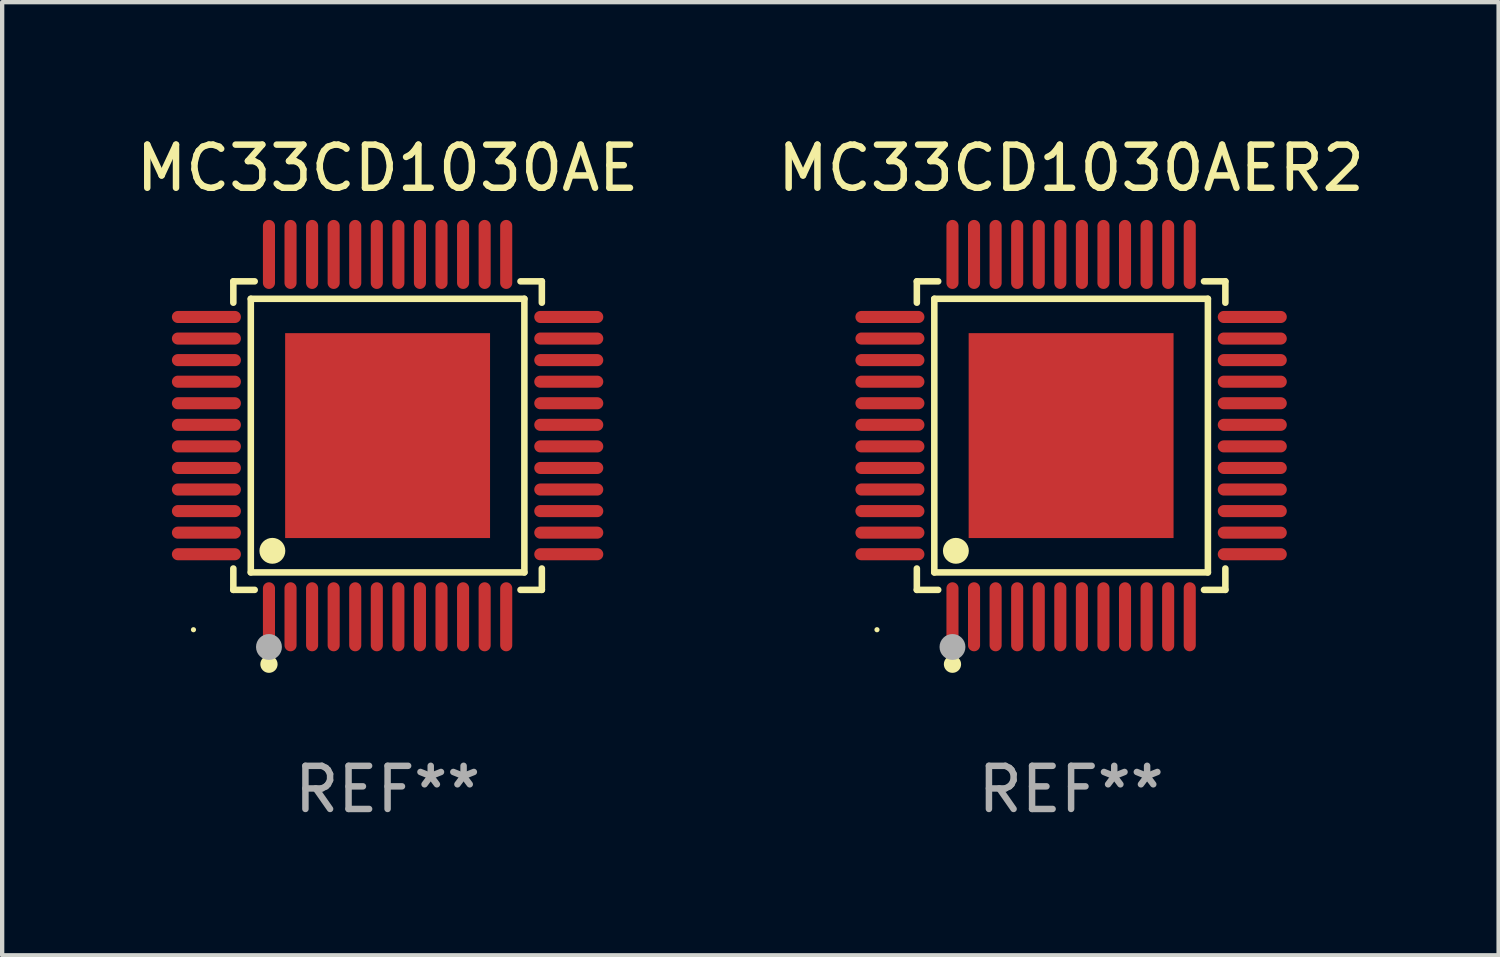
<source format=kicad_pcb>
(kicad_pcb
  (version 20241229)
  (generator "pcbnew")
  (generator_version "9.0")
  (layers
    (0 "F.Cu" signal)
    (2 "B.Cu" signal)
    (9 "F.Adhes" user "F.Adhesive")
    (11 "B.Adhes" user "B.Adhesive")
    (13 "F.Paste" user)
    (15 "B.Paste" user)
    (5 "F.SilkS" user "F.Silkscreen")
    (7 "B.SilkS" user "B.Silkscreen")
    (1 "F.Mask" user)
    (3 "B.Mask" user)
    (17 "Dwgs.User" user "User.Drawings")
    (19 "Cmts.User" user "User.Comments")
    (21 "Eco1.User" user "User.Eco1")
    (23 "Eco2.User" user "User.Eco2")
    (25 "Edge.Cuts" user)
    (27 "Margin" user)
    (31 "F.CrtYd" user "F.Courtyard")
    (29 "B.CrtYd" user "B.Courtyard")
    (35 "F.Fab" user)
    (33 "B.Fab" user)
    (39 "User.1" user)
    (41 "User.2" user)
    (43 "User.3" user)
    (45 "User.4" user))
  (footprint "MC33CD1030AER2"
    (layer "F.Cu")
    (at 21.78 7.048)
    (property "Reference" "MC33CD1030AER2" (at 0 -6.2 0) (layer "F.SilkS") (effects (font (size 1 1) (thickness 0.15))))
    (attr through_hole)
    (fp_line (start -3.576 -3.576) (end -3.081 -3.576) (stroke (width 0.152) (type solid)) (layer "F.SilkS"))
    (fp_line (start -3.576 -3.081) (end -3.576 -3.576) (stroke (width 0.152) (type solid)) (layer "F.SilkS"))
    (fp_line (start -3.576 3.081) (end -3.576 3.576) (stroke (width 0.152) (type solid)) (layer "F.SilkS"))
    (fp_line (start -3.576 3.576) (end -3.081 3.576) (stroke (width 0.152) (type solid)) (layer "F.SilkS"))
    (fp_line (start -3.171 -3.171) (end 3.171 -3.171) (stroke (width 0.152) (type solid)) (layer "F.SilkS"))
    (fp_line (start -3.171 3.171) (end -3.171 -3.171) (stroke (width 0.152) (type solid)) (layer "F.SilkS"))
    (fp_line (start 3.171 -3.171) (end 3.171 3.171) (stroke (width 0.152) (type solid)) (layer "F.SilkS"))
    (fp_line (start 3.171 3.171) (end -3.171 3.171) (stroke (width 0.152) (type solid)) (layer "F.SilkS"))
    (fp_line (start 3.576 -3.576) (end 3.081 -3.576) (stroke (width 0.152) (type solid)) (layer "F.SilkS"))
    (fp_line (start 3.576 -3.081) (end 3.576 -3.576) (stroke (width 0.152) (type solid)) (layer "F.SilkS"))
    (fp_line (start 3.576 3.081) (end 3.576 3.576) (stroke (width 0.152) (type solid)) (layer "F.SilkS"))
    (fp_line (start 3.576 3.576) (end 3.081 3.576) (stroke (width 0.152) (type solid)) (layer "F.SilkS"))
    (fp_circle (center -4.5 4.5) (end -4.47 4.5) (stroke (width 0.06) (type solid)) (fill no) (layer "F.SilkS"))
    (fp_circle (center -2.75 5.3) (end -2.65 5.3) (stroke (width 0.2) (type solid)) (fill no) (layer "F.SilkS"))
    (fp_circle (center -2.671 2.671) (end -2.521 2.671) (stroke (width 0.3) (type solid)) (fill no) (layer "F.SilkS"))
    (fp_circle (center -2.75 4.9) (end -2.6 4.9) (stroke (width 0.3) (type solid)) (fill no) (layer "F.Fab"))
    (fp_text user "REF**" (at 0 8.2 0) (layer "F.Fab") (effects (font (size 1 1) (thickness 0.15))))
    (pad "1" smd oval (at -2.75 4.2) (size 0.28 1.6) (layers "F.Cu" "F.Mask" "F.Paste"))
    (pad "2" smd oval (at -2.25 4.2) (size 0.28 1.6) (layers "F.Cu" "F.Mask" "F.Paste"))
    (pad "3" smd oval (at -1.75 4.2) (size 0.28 1.6) (layers "F.Cu" "F.Mask" "F.Paste"))
    (pad "4" smd oval (at -1.25 4.2) (size 0.28 1.6) (layers "F.Cu" "F.Mask" "F.Paste"))
    (pad "5" smd oval (at -0.75 4.2) (size 0.28 1.6) (layers "F.Cu" "F.Mask" "F.Paste"))
    (pad "6" smd oval (at -0.25 4.2) (size 0.28 1.6) (layers "F.Cu" "F.Mask" "F.Paste"))
    (pad "7" smd oval (at 0.25 4.2) (size 0.28 1.6) (layers "F.Cu" "F.Mask" "F.Paste"))
    (pad "8" smd oval (at 0.75 4.2) (size 0.28 1.6) (layers "F.Cu" "F.Mask" "F.Paste"))
    (pad "9" smd oval (at 1.25 4.2) (size 0.28 1.6) (layers "F.Cu" "F.Mask" "F.Paste"))
    (pad "10" smd oval (at 1.75 4.2) (size 0.28 1.6) (layers "F.Cu" "F.Mask" "F.Paste"))
    (pad "11" smd oval (at 2.25 4.2) (size 0.28 1.6) (layers "F.Cu" "F.Mask" "F.Paste"))
    (pad "12" smd oval (at 2.75 4.2) (size 0.28 1.6) (layers "F.Cu" "F.Mask" "F.Paste"))
    (pad "13" smd oval (at 4.2 2.75) (size 1.6 0.28) (layers "F.Cu" "F.Mask" "F.Paste"))
    (pad "14" smd oval (at 4.2 2.25) (size 1.6 0.28) (layers "F.Cu" "F.Mask" "F.Paste"))
    (pad "15" smd oval (at 4.2 1.75) (size 1.6 0.28) (layers "F.Cu" "F.Mask" "F.Paste"))
    (pad "16" smd oval (at 4.2 1.25) (size 1.6 0.28) (layers "F.Cu" "F.Mask" "F.Paste"))
    (pad "17" smd oval (at 4.2 0.75) (size 1.6 0.28) (layers "F.Cu" "F.Mask" "F.Paste"))
    (pad "18" smd oval (at 4.2 0.25) (size 1.6 0.28) (layers "F.Cu" "F.Mask" "F.Paste"))
    (pad "19" smd oval (at 4.2 -0.25) (size 1.6 0.28) (layers "F.Cu" "F.Mask" "F.Paste"))
    (pad "20" smd oval (at 4.2 -0.75) (size 1.6 0.28) (layers "F.Cu" "F.Mask" "F.Paste"))
    (pad "21" smd oval (at 4.2 -1.25) (size 1.6 0.28) (layers "F.Cu" "F.Mask" "F.Paste"))
    (pad "22" smd oval (at 4.2 -1.75) (size 1.6 0.28) (layers "F.Cu" "F.Mask" "F.Paste"))
    (pad "23" smd oval (at 4.2 -2.25) (size 1.6 0.28) (layers "F.Cu" "F.Mask" "F.Paste"))
    (pad "24" smd oval (at 4.2 -2.75) (size 1.6 0.28) (layers "F.Cu" "F.Mask" "F.Paste"))
    (pad "25" smd oval (at 2.75 -4.2) (size 0.28 1.6) (layers "F.Cu" "F.Mask" "F.Paste"))
    (pad "26" smd oval (at 2.25 -4.2) (size 0.28 1.6) (layers "F.Cu" "F.Mask" "F.Paste"))
    (pad "27" smd oval (at 1.75 -4.2) (size 0.28 1.6) (layers "F.Cu" "F.Mask" "F.Paste"))
    (pad "28" smd oval (at 1.25 -4.2) (size 0.28 1.6) (layers "F.Cu" "F.Mask" "F.Paste"))
    (pad "29" smd oval (at 0.75 -4.2) (size 0.28 1.6) (layers "F.Cu" "F.Mask" "F.Paste"))
    (pad "30" smd oval (at 0.25 -4.2) (size 0.28 1.6) (layers "F.Cu" "F.Mask" "F.Paste"))
    (pad "31" smd oval (at -0.25 -4.2) (size 0.28 1.6) (layers "F.Cu" "F.Mask" "F.Paste"))
    (pad "32" smd oval (at -0.75 -4.2) (size 0.28 1.6) (layers "F.Cu" "F.Mask" "F.Paste"))
    (pad "33" smd oval (at -1.25 -4.2) (size 0.28 1.6) (layers "F.Cu" "F.Mask" "F.Paste"))
    (pad "34" smd oval (at -1.75 -4.2) (size 0.28 1.6) (layers "F.Cu" "F.Mask" "F.Paste"))
    (pad "35" smd oval (at -2.25 -4.2) (size 0.28 1.6) (layers "F.Cu" "F.Mask" "F.Paste"))
    (pad "36" smd oval (at -2.75 -4.2) (size 0.28 1.6) (layers "F.Cu" "F.Mask" "F.Paste"))
    (pad "37" smd oval (at -4.2 -2.75) (size 1.6 0.28) (layers "F.Cu" "F.Mask" "F.Paste"))
    (pad "38" smd oval (at -4.2 -2.25) (size 1.6 0.28) (layers "F.Cu" "F.Mask" "F.Paste"))
    (pad "39" smd oval (at -4.2 -1.75) (size 1.6 0.28) (layers "F.Cu" "F.Mask" "F.Paste"))
    (pad "40" smd oval (at -4.2 -1.25) (size 1.6 0.28) (layers "F.Cu" "F.Mask" "F.Paste"))
    (pad "41" smd oval (at -4.2 -0.75) (size 1.6 0.28) (layers "F.Cu" "F.Mask" "F.Paste"))
    (pad "42" smd oval (at -4.2 -0.25) (size 1.6 0.28) (layers "F.Cu" "F.Mask" "F.Paste"))
    (pad "43" smd oval (at -4.2 0.25) (size 1.6 0.28) (layers "F.Cu" "F.Mask" "F.Paste"))
    (pad "44" smd oval (at -4.2 0.75) (size 1.6 0.28) (layers "F.Cu" "F.Mask" "F.Paste"))
    (pad "45" smd oval (at -4.2 1.25) (size 1.6 0.28) (layers "F.Cu" "F.Mask" "F.Paste"))
    (pad "46" smd oval (at -4.2 1.75) (size 1.6 0.28) (layers "F.Cu" "F.Mask" "F.Paste"))
    (pad "47" smd oval (at -4.2 2.25) (size 1.6 0.28) (layers "F.Cu" "F.Mask" "F.Paste"))
    (pad "48" smd oval (at -4.2 2.75) (size 1.6 0.28) (layers "F.Cu" "F.Mask" "F.Paste"))
    (pad "49" smd rect (at 0 0) (size 4.75 4.75) (layers "F.Cu" "F.Mask" "F.Paste")))
  (footprint "MC33CD1030AE"
    (layer "F.Cu")
    (at 5.935 7.048)
    (property "Reference" "MC33CD1030AE" (at 0 -6.2 0) (layer "F.SilkS") (effects (font (size 1 1) (thickness 0.15))))
    (attr through_hole)
    (fp_line (start -3.576 -3.576) (end -3.081 -3.576) (stroke (width 0.152) (type solid)) (layer "F.SilkS"))
    (fp_line (start -3.576 -3.081) (end -3.576 -3.576) (stroke (width 0.152) (type solid)) (layer "F.SilkS"))
    (fp_line (start -3.576 3.081) (end -3.576 3.576) (stroke (width 0.152) (type solid)) (layer "F.SilkS"))
    (fp_line (start -3.576 3.576) (end -3.081 3.576) (stroke (width 0.152) (type solid)) (layer "F.SilkS"))
    (fp_line (start -3.171 -3.171) (end 3.171 -3.171) (stroke (width 0.152) (type solid)) (layer "F.SilkS"))
    (fp_line (start -3.171 3.171) (end -3.171 -3.171) (stroke (width 0.152) (type solid)) (layer "F.SilkS"))
    (fp_line (start 3.171 -3.171) (end 3.171 3.171) (stroke (width 0.152) (type solid)) (layer "F.SilkS"))
    (fp_line (start 3.171 3.171) (end -3.171 3.171) (stroke (width 0.152) (type solid)) (layer "F.SilkS"))
    (fp_line (start 3.576 -3.576) (end 3.081 -3.576) (stroke (width 0.152) (type solid)) (layer "F.SilkS"))
    (fp_line (start 3.576 -3.081) (end 3.576 -3.576) (stroke (width 0.152) (type solid)) (layer "F.SilkS"))
    (fp_line (start 3.576 3.081) (end 3.576 3.576) (stroke (width 0.152) (type solid)) (layer "F.SilkS"))
    (fp_line (start 3.576 3.576) (end 3.081 3.576) (stroke (width 0.152) (type solid)) (layer "F.SilkS"))
    (fp_circle (center -4.5 4.5) (end -4.47 4.5) (stroke (width 0.06) (type solid)) (fill no) (layer "F.SilkS"))
    (fp_circle (center -2.75 5.3) (end -2.65 5.3) (stroke (width 0.2) (type solid)) (fill no) (layer "F.SilkS"))
    (fp_circle (center -2.671 2.671) (end -2.521 2.671) (stroke (width 0.3) (type solid)) (fill no) (layer "F.SilkS"))
    (fp_circle (center -2.75 4.9) (end -2.6 4.9) (stroke (width 0.3) (type solid)) (fill no) (layer "F.Fab"))
    (fp_text user "REF**" (at 0 8.2 0) (layer "F.Fab") (effects (font (size 1 1) (thickness 0.15))))
    (pad "1" smd oval (at -2.75 4.2) (size 0.28 1.6) (layers "F.Cu" "F.Mask" "F.Paste"))
    (pad "2" smd oval (at -2.25 4.2) (size 0.28 1.6) (layers "F.Cu" "F.Mask" "F.Paste"))
    (pad "3" smd oval (at -1.75 4.2) (size 0.28 1.6) (layers "F.Cu" "F.Mask" "F.Paste"))
    (pad "4" smd oval (at -1.25 4.2) (size 0.28 1.6) (layers "F.Cu" "F.Mask" "F.Paste"))
    (pad "5" smd oval (at -0.75 4.2) (size 0.28 1.6) (layers "F.Cu" "F.Mask" "F.Paste"))
    (pad "6" smd oval (at -0.25 4.2) (size 0.28 1.6) (layers "F.Cu" "F.Mask" "F.Paste"))
    (pad "7" smd oval (at 0.25 4.2) (size 0.28 1.6) (layers "F.Cu" "F.Mask" "F.Paste"))
    (pad "8" smd oval (at 0.75 4.2) (size 0.28 1.6) (layers "F.Cu" "F.Mask" "F.Paste"))
    (pad "9" smd oval (at 1.25 4.2) (size 0.28 1.6) (layers "F.Cu" "F.Mask" "F.Paste"))
    (pad "10" smd oval (at 1.75 4.2) (size 0.28 1.6) (layers "F.Cu" "F.Mask" "F.Paste"))
    (pad "11" smd oval (at 2.25 4.2) (size 0.28 1.6) (layers "F.Cu" "F.Mask" "F.Paste"))
    (pad "12" smd oval (at 2.75 4.2) (size 0.28 1.6) (layers "F.Cu" "F.Mask" "F.Paste"))
    (pad "13" smd oval (at 4.2 2.75) (size 1.6 0.28) (layers "F.Cu" "F.Mask" "F.Paste"))
    (pad "14" smd oval (at 4.2 2.25) (size 1.6 0.28) (layers "F.Cu" "F.Mask" "F.Paste"))
    (pad "15" smd oval (at 4.2 1.75) (size 1.6 0.28) (layers "F.Cu" "F.Mask" "F.Paste"))
    (pad "16" smd oval (at 4.2 1.25) (size 1.6 0.28) (layers "F.Cu" "F.Mask" "F.Paste"))
    (pad "17" smd oval (at 4.2 0.75) (size 1.6 0.28) (layers "F.Cu" "F.Mask" "F.Paste"))
    (pad "18" smd oval (at 4.2 0.25) (size 1.6 0.28) (layers "F.Cu" "F.Mask" "F.Paste"))
    (pad "19" smd oval (at 4.2 -0.25) (size 1.6 0.28) (layers "F.Cu" "F.Mask" "F.Paste"))
    (pad "20" smd oval (at 4.2 -0.75) (size 1.6 0.28) (layers "F.Cu" "F.Mask" "F.Paste"))
    (pad "21" smd oval (at 4.2 -1.25) (size 1.6 0.28) (layers "F.Cu" "F.Mask" "F.Paste"))
    (pad "22" smd oval (at 4.2 -1.75) (size 1.6 0.28) (layers "F.Cu" "F.Mask" "F.Paste"))
    (pad "23" smd oval (at 4.2 -2.25) (size 1.6 0.28) (layers "F.Cu" "F.Mask" "F.Paste"))
    (pad "24" smd oval (at 4.2 -2.75) (size 1.6 0.28) (layers "F.Cu" "F.Mask" "F.Paste"))
    (pad "25" smd oval (at 2.75 -4.2) (size 0.28 1.6) (layers "F.Cu" "F.Mask" "F.Paste"))
    (pad "26" smd oval (at 2.25 -4.2) (size 0.28 1.6) (layers "F.Cu" "F.Mask" "F.Paste"))
    (pad "27" smd oval (at 1.75 -4.2) (size 0.28 1.6) (layers "F.Cu" "F.Mask" "F.Paste"))
    (pad "28" smd oval (at 1.25 -4.2) (size 0.28 1.6) (layers "F.Cu" "F.Mask" "F.Paste"))
    (pad "29" smd oval (at 0.75 -4.2) (size 0.28 1.6) (layers "F.Cu" "F.Mask" "F.Paste"))
    (pad "30" smd oval (at 0.25 -4.2) (size 0.28 1.6) (layers "F.Cu" "F.Mask" "F.Paste"))
    (pad "31" smd oval (at -0.25 -4.2) (size 0.28 1.6) (layers "F.Cu" "F.Mask" "F.Paste"))
    (pad "32" smd oval (at -0.75 -4.2) (size 0.28 1.6) (layers "F.Cu" "F.Mask" "F.Paste"))
    (pad "33" smd oval (at -1.25 -4.2) (size 0.28 1.6) (layers "F.Cu" "F.Mask" "F.Paste"))
    (pad "34" smd oval (at -1.75 -4.2) (size 0.28 1.6) (layers "F.Cu" "F.Mask" "F.Paste"))
    (pad "35" smd oval (at -2.25 -4.2) (size 0.28 1.6) (layers "F.Cu" "F.Mask" "F.Paste"))
    (pad "36" smd oval (at -2.75 -4.2) (size 0.28 1.6) (layers "F.Cu" "F.Mask" "F.Paste"))
    (pad "37" smd oval (at -4.2 -2.75) (size 1.6 0.28) (layers "F.Cu" "F.Mask" "F.Paste"))
    (pad "38" smd oval (at -4.2 -2.25) (size 1.6 0.28) (layers "F.Cu" "F.Mask" "F.Paste"))
    (pad "39" smd oval (at -4.2 -1.75) (size 1.6 0.28) (layers "F.Cu" "F.Mask" "F.Paste"))
    (pad "40" smd oval (at -4.2 -1.25) (size 1.6 0.28) (layers "F.Cu" "F.Mask" "F.Paste"))
    (pad "41" smd oval (at -4.2 -0.75) (size 1.6 0.28) (layers "F.Cu" "F.Mask" "F.Paste"))
    (pad "42" smd oval (at -4.2 -0.25) (size 1.6 0.28) (layers "F.Cu" "F.Mask" "F.Paste"))
    (pad "43" smd oval (at -4.2 0.25) (size 1.6 0.28) (layers "F.Cu" "F.Mask" "F.Paste"))
    (pad "44" smd oval (at -4.2 0.75) (size 1.6 0.28) (layers "F.Cu" "F.Mask" "F.Paste"))
    (pad "45" smd oval (at -4.2 1.25) (size 1.6 0.28) (layers "F.Cu" "F.Mask" "F.Paste"))
    (pad "46" smd oval (at -4.2 1.75) (size 1.6 0.28) (layers "F.Cu" "F.Mask" "F.Paste"))
    (pad "47" smd oval (at -4.2 2.25) (size 1.6 0.28) (layers "F.Cu" "F.Mask" "F.Paste"))
    (pad "48" smd oval (at -4.2 2.75) (size 1.6 0.28) (layers "F.Cu" "F.Mask" "F.Paste"))
    (pad "49" smd rect (at 0 0) (size 4.75 4.75) (layers "F.Cu" "F.Mask" "F.Paste")))
  (gr_rect
    (start -3 -3)
    (end 31.69 19.096)
    (stroke (width 0.1) (type default))
    (fill no)
    (layer "Edge.Cuts")))
</source>
